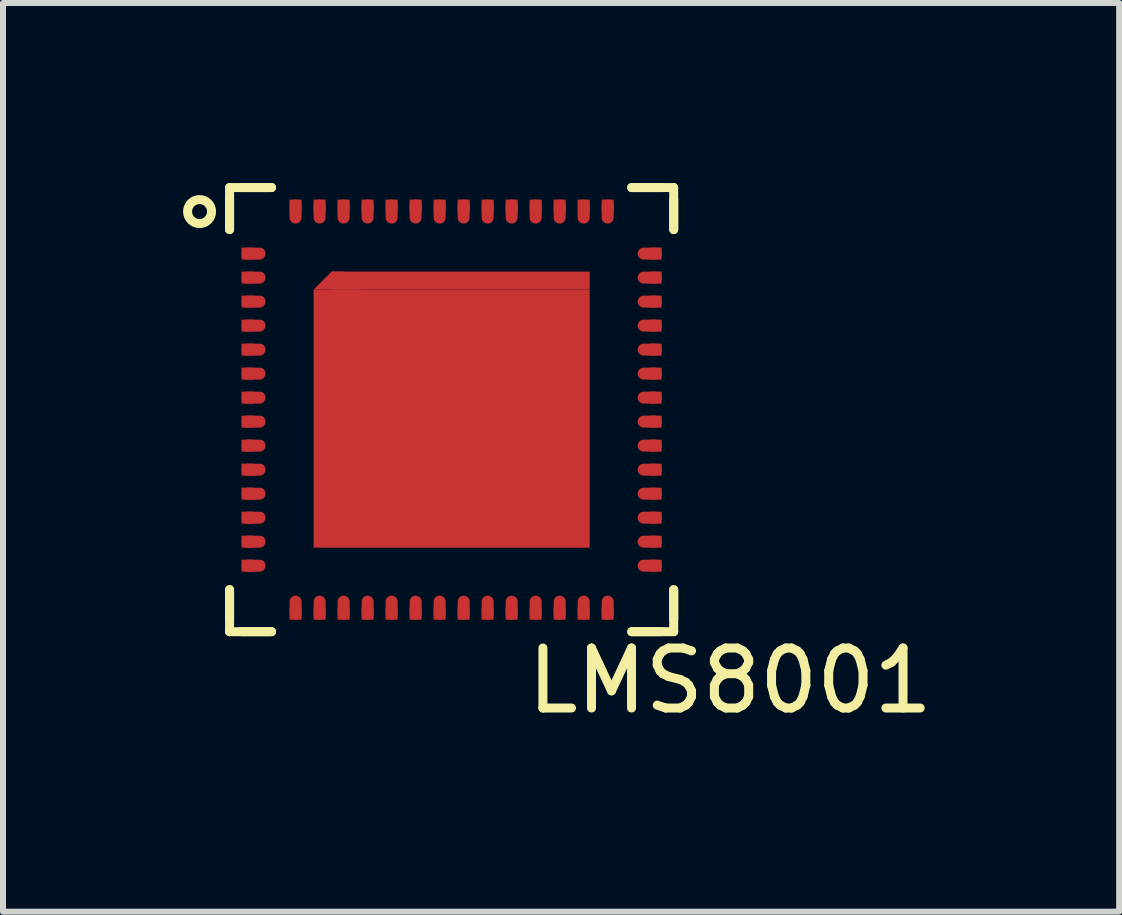
<source format=kicad_pcb>
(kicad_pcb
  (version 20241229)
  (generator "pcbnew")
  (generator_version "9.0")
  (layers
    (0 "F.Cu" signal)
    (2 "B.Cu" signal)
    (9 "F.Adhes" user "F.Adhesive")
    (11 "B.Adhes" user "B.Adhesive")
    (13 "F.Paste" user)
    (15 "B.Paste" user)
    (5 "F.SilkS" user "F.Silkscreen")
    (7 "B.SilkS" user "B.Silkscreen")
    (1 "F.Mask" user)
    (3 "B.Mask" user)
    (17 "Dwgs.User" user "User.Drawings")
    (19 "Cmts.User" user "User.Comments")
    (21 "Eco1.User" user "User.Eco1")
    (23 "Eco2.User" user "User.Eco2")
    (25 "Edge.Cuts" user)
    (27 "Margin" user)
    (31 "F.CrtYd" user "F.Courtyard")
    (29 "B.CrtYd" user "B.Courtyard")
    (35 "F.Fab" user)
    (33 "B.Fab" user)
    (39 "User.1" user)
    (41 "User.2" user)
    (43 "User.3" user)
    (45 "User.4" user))
  (footprint "LMS8001"
    (layer "F.Cu")
    (at 4.475 3.775)
    (property "Reference" "LMS8001" (at 4.64 4.517 0) (layer "F.SilkS") (effects (font (size 1 1) (thickness 0.15))))
    (attr through_hole)
    (fp_line (start -3.7 -3.7) (end -3.7 -3) (stroke (width 0.15) (type solid)) (layer "F.SilkS"))
    (fp_line (start -3.7 -3.5) (end -3.7 -3) (stroke (width 0.15) (type solid)) (layer "F.SilkS"))
    (fp_line (start -3.7 3) (end -3.7 3.7) (stroke (width 0.15) (type solid)) (layer "F.SilkS"))
    (fp_line (start -3.7 3.5) (end -3.7 3) (stroke (width 0.15) (type solid)) (layer "F.SilkS"))
    (fp_line (start -3.7 3.7) (end -3 3.7) (stroke (width 0.15) (type solid)) (layer "F.SilkS"))
    (fp_line (start -3 -3.7) (end -3.7 -3.7) (stroke (width 0.15) (type solid)) (layer "F.SilkS"))
    (fp_line (start -3 -3.7) (end -3.5 -3.7) (stroke (width 0.15) (type solid)) (layer "F.SilkS"))
    (fp_line (start -3 3.7) (end -3.5 3.7) (stroke (width 0.15) (type solid)) (layer "F.SilkS"))
    (fp_line (start 3 -3.7) (end 3.5 -3.7) (stroke (width 0.15) (type solid)) (layer "F.SilkS"))
    (fp_line (start 3 -3.7) (end 3.7 -3.7) (stroke (width 0.15) (type solid)) (layer "F.SilkS"))
    (fp_line (start 3 3.7) (end 3.5 3.7) (stroke (width 0.15) (type solid)) (layer "F.SilkS"))
    (fp_line (start 3 3.7) (end 3.7 3.7) (stroke (width 0.15) (type solid)) (layer "F.SilkS"))
    (fp_line (start 3.7 -3.7) (end 3.7 -3) (stroke (width 0.15) (type solid)) (layer "F.SilkS"))
    (fp_line (start 3.7 -3.5) (end 3.7 -3) (stroke (width 0.15) (type solid)) (layer "F.SilkS"))
    (fp_line (start 3.7 3.5) (end 3.7 3) (stroke (width 0.15) (type solid)) (layer "F.SilkS"))
    (fp_line (start 3.7 3.7) (end 3.7 3) (stroke (width 0.15) (type solid)) (layer "F.SilkS"))
    (fp_circle (center -4.2 -3.3) (end -4 -3.3) (stroke (width 0.15) (type solid)) (fill no) (layer "F.SilkS"))
    (pad "1" smd rect (at -3.4 -2.6) (size 0.2 0.2) (layers "F.Cu" "F.Mask" "F.Paste"))
    (pad "1" smd oval (at -3.3 -2.6) (size 0.4 0.2) (layers "F.Cu" "F.Mask" "F.Paste"))
    (pad "2" smd rect (at -3.4 -2.2) (size 0.2 0.2) (layers "F.Cu" "F.Mask" "F.Paste"))
    (pad "2" smd oval (at -3.3 -2.2) (size 0.4 0.2) (layers "F.Cu" "F.Mask" "F.Paste"))
    (pad "3" smd rect (at -3.4 -1.8) (size 0.2 0.2) (layers "F.Cu" "F.Mask" "F.Paste"))
    (pad "3" smd oval (at -3.3 -1.8) (size 0.4 0.2) (layers "F.Cu" "F.Mask" "F.Paste"))
    (pad "4" smd rect (at -3.4 -1.4) (size 0.2 0.2) (layers "F.Cu" "F.Mask" "F.Paste"))
    (pad "4" smd oval (at -3.3 -1.4) (size 0.4 0.2) (layers "F.Cu" "F.Mask" "F.Paste"))
    (pad "5" smd rect (at -3.4 -1) (size 0.2 0.2) (layers "F.Cu" "F.Mask" "F.Paste"))
    (pad "5" smd oval (at -3.3 -1) (size 0.4 0.2) (layers "F.Cu" "F.Mask" "F.Paste"))
    (pad "6" smd rect (at -3.4 -0.6) (size 0.2 0.2) (layers "F.Cu" "F.Mask" "F.Paste"))
    (pad "6" smd oval (at -3.3 -0.6) (size 0.4 0.2) (layers "F.Cu" "F.Mask" "F.Paste"))
    (pad "7" smd rect (at -3.4 -0.2) (size 0.2 0.2) (layers "F.Cu" "F.Mask" "F.Paste"))
    (pad "7" smd oval (at -3.3 -0.2) (size 0.4 0.2) (layers "F.Cu" "F.Mask" "F.Paste"))
    (pad "8" smd rect (at -3.4 0.2) (size 0.2 0.2) (layers "F.Cu" "F.Mask" "F.Paste"))
    (pad "8" smd oval (at -3.3 0.2) (size 0.4 0.2) (layers "F.Cu" "F.Mask" "F.Paste"))
    (pad "9" smd rect (at -3.4 0.6) (size 0.2 0.2) (layers "F.Cu" "F.Mask" "F.Paste"))
    (pad "9" smd oval (at -3.3 0.6) (size 0.4 0.2) (layers "F.Cu" "F.Mask" "F.Paste"))
    (pad "10" smd rect (at -3.4 1) (size 0.2 0.2) (layers "F.Cu" "F.Mask" "F.Paste"))
    (pad "10" smd oval (at -3.3 1) (size 0.4 0.2) (layers "F.Cu" "F.Mask" "F.Paste"))
    (pad "11" smd rect (at -3.4 1.4) (size 0.2 0.2) (layers "F.Cu" "F.Mask" "F.Paste"))
    (pad "11" smd oval (at -3.3 1.4) (size 0.4 0.2) (layers "F.Cu" "F.Mask" "F.Paste"))
    (pad "12" smd rect (at -3.4 1.8) (size 0.2 0.2) (layers "F.Cu" "F.Mask" "F.Paste"))
    (pad "12" smd oval (at -3.3 1.8) (size 0.4 0.2) (layers "F.Cu" "F.Mask" "F.Paste"))
    (pad "13" smd rect (at -3.4 2.2) (size 0.2 0.2) (layers "F.Cu" "F.Mask" "F.Paste"))
    (pad "13" smd oval (at -3.3 2.2) (size 0.4 0.2) (layers "F.Cu" "F.Mask" "F.Paste"))
    (pad "14" smd rect (at -3.4 2.6) (size 0.2 0.2) (layers "F.Cu" "F.Mask" "F.Paste"))
    (pad "14" smd oval (at -3.3 2.6) (size 0.4 0.2) (layers "F.Cu" "F.Mask" "F.Paste"))
    (pad "15" smd oval (at -2.6 3.3 90) (size 0.4 0.2) (layers "F.Cu" "F.Mask" "F.Paste"))
    (pad "15" smd rect (at -2.6 3.4) (size 0.2 0.2) (layers "F.Cu" "F.Mask" "F.Paste"))
    (pad "16" smd oval (at -2.2 3.3 90) (size 0.4 0.2) (layers "F.Cu" "F.Mask" "F.Paste"))
    (pad "16" smd rect (at -2.2 3.4) (size 0.2 0.2) (layers "F.Cu" "F.Mask" "F.Paste"))
    (pad "17" smd oval (at -1.8 3.3 90) (size 0.4 0.2) (layers "F.Cu" "F.Mask" "F.Paste"))
    (pad "17" smd rect (at -1.8 3.4) (size 0.2 0.2) (layers "F.Cu" "F.Mask" "F.Paste"))
    (pad "18" smd oval (at -1.4 3.3 90) (size 0.4 0.2) (layers "F.Cu" "F.Mask" "F.Paste"))
    (pad "18" smd rect (at -1.4 3.4) (size 0.2 0.2) (layers "F.Cu" "F.Mask" "F.Paste"))
    (pad "19" smd oval (at -1 3.3 90) (size 0.4 0.2) (layers "F.Cu" "F.Mask" "F.Paste"))
    (pad "19" smd rect (at -1 3.4) (size 0.2 0.2) (layers "F.Cu" "F.Mask" "F.Paste"))
    (pad "20" smd oval (at -0.6 3.3 90) (size 0.4 0.2) (layers "F.Cu" "F.Mask" "F.Paste"))
    (pad "20" smd rect (at -0.6 3.4) (size 0.2 0.2) (layers "F.Cu" "F.Mask" "F.Paste"))
    (pad "21" smd oval (at -0.2 3.3 90) (size 0.4 0.2) (layers "F.Cu" "F.Mask" "F.Paste"))
    (pad "21" smd rect (at -0.2 3.4) (size 0.2 0.2) (layers "F.Cu" "F.Mask" "F.Paste"))
    (pad "22" smd oval (at 0.2 3.3 90) (size 0.4 0.2) (layers "F.Cu" "F.Mask" "F.Paste"))
    (pad "22" smd rect (at 0.2 3.4) (size 0.2 0.2) (layers "F.Cu" "F.Mask" "F.Paste"))
    (pad "23" smd oval (at 0.6 3.3 90) (size 0.4 0.2) (layers "F.Cu" "F.Mask" "F.Paste"))
    (pad "23" smd rect (at 0.6 3.4) (size 0.2 0.2) (layers "F.Cu" "F.Mask" "F.Paste"))
    (pad "24" smd oval (at 1 3.3 90) (size 0.4 0.2) (layers "F.Cu" "F.Mask" "F.Paste"))
    (pad "24" smd rect (at 1 3.4) (size 0.2 0.2) (layers "F.Cu" "F.Mask" "F.Paste"))
    (pad "25" smd oval (at 1.4 3.3 90) (size 0.4 0.2) (layers "F.Cu" "F.Mask" "F.Paste"))
    (pad "25" smd rect (at 1.4 3.4) (size 0.2 0.2) (layers "F.Cu" "F.Mask" "F.Paste"))
    (pad "26" smd oval (at 1.8 3.3 90) (size 0.4 0.2) (layers "F.Cu" "F.Mask" "F.Paste"))
    (pad "26" smd rect (at 1.8 3.4) (size 0.2 0.2) (layers "F.Cu" "F.Mask" "F.Paste"))
    (pad "27" smd oval (at 2.2 3.3 90) (size 0.4 0.2) (layers "F.Cu" "F.Mask" "F.Paste"))
    (pad "27" smd rect (at 2.2 3.4) (size 0.2 0.2) (layers "F.Cu" "F.Mask" "F.Paste"))
    (pad "28" smd oval (at 2.6 3.3 90) (size 0.4 0.2) (layers "F.Cu" "F.Mask" "F.Paste"))
    (pad "28" smd rect (at 2.6 3.4) (size 0.2 0.2) (layers "F.Cu" "F.Mask" "F.Paste"))
    (pad "29" smd oval (at 3.3 2.6 180) (size 0.4 0.2) (layers "F.Cu" "F.Mask" "F.Paste"))
    (pad "29" smd rect (at 3.4 2.6) (size 0.2 0.2) (layers "F.Cu" "F.Mask" "F.Paste"))
    (pad "30" smd oval (at 3.3 2.2 180) (size 0.4 0.2) (layers "F.Cu" "F.Mask" "F.Paste"))
    (pad "30" smd rect (at 3.4 2.2) (size 0.2 0.2) (layers "F.Cu" "F.Mask" "F.Paste"))
    (pad "31" smd oval (at 3.3 1.8 180) (size 0.4 0.2) (layers "F.Cu" "F.Mask" "F.Paste"))
    (pad "31" smd rect (at 3.4 1.8) (size 0.2 0.2) (layers "F.Cu" "F.Mask" "F.Paste"))
    (pad "32" smd oval (at 3.3 1.4 180) (size 0.4 0.2) (layers "F.Cu" "F.Mask" "F.Paste"))
    (pad "32" smd rect (at 3.4 1.4) (size 0.2 0.2) (layers "F.Cu" "F.Mask" "F.Paste"))
    (pad "33" smd oval (at 3.3 1 180) (size 0.4 0.2) (layers "F.Cu" "F.Mask" "F.Paste"))
    (pad "33" smd rect (at 3.4 1) (size 0.2 0.2) (layers "F.Cu" "F.Mask" "F.Paste"))
    (pad "34" smd oval (at 3.3 0.6 180) (size 0.4 0.2) (layers "F.Cu" "F.Mask" "F.Paste"))
    (pad "34" smd rect (at 3.4 0.6) (size 0.2 0.2) (layers "F.Cu" "F.Mask" "F.Paste"))
    (pad "35" smd oval (at 3.3 0.2 180) (size 0.4 0.2) (layers "F.Cu" "F.Mask" "F.Paste"))
    (pad "35" smd rect (at 3.4 0.2) (size 0.2 0.2) (layers "F.Cu" "F.Mask" "F.Paste"))
    (pad "36" smd oval (at 3.3 -0.2 180) (size 0.4 0.2) (layers "F.Cu" "F.Mask" "F.Paste"))
    (pad "36" smd rect (at 3.4 -0.2) (size 0.2 0.2) (layers "F.Cu" "F.Mask" "F.Paste"))
    (pad "37" smd oval (at 3.3 -0.6 180) (size 0.4 0.2) (layers "F.Cu" "F.Mask" "F.Paste"))
    (pad "37" smd rect (at 3.4 -0.6) (size 0.2 0.2) (layers "F.Cu" "F.Mask" "F.Paste"))
    (pad "38" smd oval (at 3.3 -1 180) (size 0.4 0.2) (layers "F.Cu" "F.Mask" "F.Paste"))
    (pad "38" smd rect (at 3.4 -1) (size 0.2 0.2) (layers "F.Cu" "F.Mask" "F.Paste"))
    (pad "39" smd oval (at 3.3 -1.4 180) (size 0.4 0.2) (layers "F.Cu" "F.Mask" "F.Paste"))
    (pad "39" smd rect (at 3.4 -1.4) (size 0.2 0.2) (layers "F.Cu" "F.Mask" "F.Paste"))
    (pad "40" smd oval (at 3.3 -1.8 180) (size 0.4 0.2) (layers "F.Cu" "F.Mask" "F.Paste"))
    (pad "40" smd rect (at 3.4 -1.8) (size 0.2 0.2) (layers "F.Cu" "F.Mask" "F.Paste"))
    (pad "41" smd oval (at 3.3 -2.2 180) (size 0.4 0.2) (layers "F.Cu" "F.Mask" "F.Paste"))
    (pad "41" smd rect (at 3.4 -2.2) (size 0.2 0.2) (layers "F.Cu" "F.Mask" "F.Paste"))
    (pad "42" smd oval (at 3.3 -2.6 180) (size 0.4 0.2) (layers "F.Cu" "F.Mask" "F.Paste"))
    (pad "42" smd rect (at 3.4 -2.6) (size 0.2 0.2) (layers "F.Cu" "F.Mask" "F.Paste"))
    (pad "43" smd rect (at 2.6 -3.4) (size 0.2 0.2) (layers "F.Cu" "F.Mask" "F.Paste"))
    (pad "43" smd oval (at 2.6 -3.3 270) (size 0.4 0.2) (layers "F.Cu" "F.Mask" "F.Paste"))
    (pad "44" smd rect (at 2.2 -3.4) (size 0.2 0.2) (layers "F.Cu" "F.Mask" "F.Paste"))
    (pad "44" smd oval (at 2.2 -3.3 270) (size 0.4 0.2) (layers "F.Cu" "F.Mask" "F.Paste"))
    (pad "45" smd rect (at 1.8 -3.4) (size 0.2 0.2) (layers "F.Cu" "F.Mask" "F.Paste"))
    (pad "45" smd oval (at 1.8 -3.3 270) (size 0.4 0.2) (layers "F.Cu" "F.Mask" "F.Paste"))
    (pad "46" smd rect (at 1.4 -3.4) (size 0.2 0.2) (layers "F.Cu" "F.Mask" "F.Paste"))
    (pad "46" smd oval (at 1.4 -3.3 270) (size 0.4 0.2) (layers "F.Cu" "F.Mask" "F.Paste"))
    (pad "47" smd rect (at 1 -3.4) (size 0.2 0.2) (layers "F.Cu" "F.Mask" "F.Paste"))
    (pad "47" smd oval (at 1 -3.3 270) (size 0.4 0.2) (layers "F.Cu" "F.Mask" "F.Paste"))
    (pad "48" smd rect (at 0.6 -3.4) (size 0.2 0.2) (layers "F.Cu" "F.Mask" "F.Paste"))
    (pad "48" smd oval (at 0.6 -3.3 270) (size 0.4 0.2) (layers "F.Cu" "F.Mask" "F.Paste"))
    (pad "49" smd rect (at 0.2 -3.4) (size 0.2 0.2) (layers "F.Cu" "F.Mask" "F.Paste"))
    (pad "49" smd oval (at 0.2 -3.3 270) (size 0.4 0.2) (layers "F.Cu" "F.Mask" "F.Paste"))
    (pad "50" smd rect (at -0.2 -3.4) (size 0.2 0.2) (layers "F.Cu" "F.Mask" "F.Paste"))
    (pad "50" smd oval (at -0.2 -3.3 270) (size 0.4 0.2) (layers "F.Cu" "F.Mask" "F.Paste"))
    (pad "51" smd rect (at -0.6 -3.4) (size 0.2 0.2) (layers "F.Cu" "F.Mask" "F.Paste"))
    (pad "51" smd oval (at -0.6 -3.3 270) (size 0.4 0.2) (layers "F.Cu" "F.Mask" "F.Paste"))
    (pad "52" smd rect (at -1 -3.4) (size 0.2 0.2) (layers "F.Cu" "F.Mask" "F.Paste"))
    (pad "52" smd oval (at -1 -3.3 270) (size 0.4 0.2) (layers "F.Cu" "F.Mask" "F.Paste"))
    (pad "53" smd rect (at -1.4 -3.4) (size 0.2 0.2) (layers "F.Cu" "F.Mask" "F.Paste"))
    (pad "53" smd oval (at -1.4 -3.3 270) (size 0.4 0.2) (layers "F.Cu" "F.Mask" "F.Paste"))
    (pad "54" smd rect (at -1.8 -3.4) (size 0.2 0.2) (layers "F.Cu" "F.Mask" "F.Paste"))
    (pad "54" smd oval (at -1.8 -3.3 270) (size 0.4 0.2) (layers "F.Cu" "F.Mask" "F.Paste"))
    (pad "55" smd rect (at -2.2 -3.4) (size 0.2 0.2) (layers "F.Cu" "F.Mask" "F.Paste"))
    (pad "55" smd oval (at -2.2 -3.3 270) (size 0.4 0.2) (layers "F.Cu" "F.Mask" "F.Paste"))
    (pad "56" smd rect (at -2.6 -3.4) (size 0.2 0.2) (layers "F.Cu" "F.Mask" "F.Paste"))
    (pad "56" smd oval (at -2.6 -3.3 270) (size 0.4 0.2) (layers "F.Cu" "F.Mask" "F.Paste"))
    (pad "PAD" smd trapezoid (at -1.9 -2.15) (size 0.5 0.3) (rect_delta 0 0.3) (layers "F.Cu" "F.Mask" "F.Paste"))
    (pad "PAD" smd rect (at 0 0.15) (size 4.6 4.3) (layers "F.Cu" "F.Mask" "F.Paste"))
    (pad "PAD" smd rect (at 0.15 -2.15) (size 4.3 0.3) (layers "F.Cu" "F.Mask" "F.Paste")))
  (gr_rect
    (start -3 -3)
    (end 15.597 12.14)
    (stroke (width 0.1) (type default))
    (fill no)
    (layer "Edge.Cuts")))
</source>
